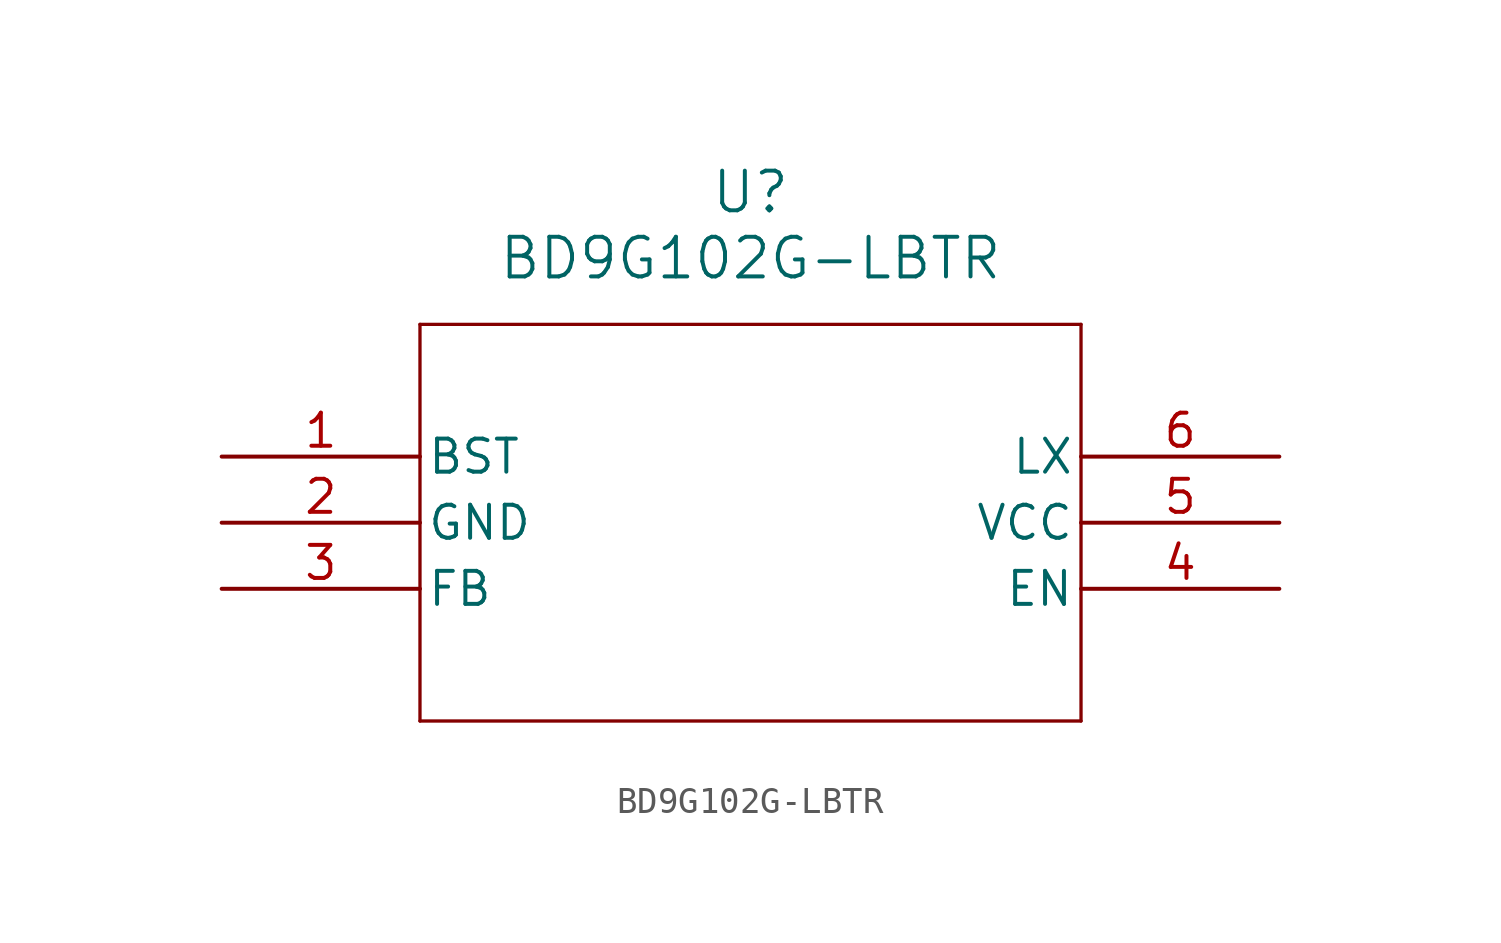
<source format=kicad_sym>
(kicad_symbol_lib
  (version 20211014)
  (generator kicad_symbol_editor)
  (symbol "BD9G102G-LBTR"
    (pin_names
      (offset 0.254))
    (property "Reference" "U"
      (at 20.32 10.16 0)
      (effects (font (size 1.524 1.524))))
    (property "Value" "BD9G102G-LBTR"
      (at 20.32 7.62 0)
      (effects (font (size 1.524 1.524))))
    (symbol "BD9G102G-LBTR_0_1"
      (polyline (pts (xy 7.62 5.08) (xy 7.62 -10.16)) (stroke (width .127) (type default) (color 0 0 0 0)) (fill (type none)))
      (polyline (pts (xy 7.62 -10.16) (xy 33.02 -10.16)) (stroke (width .127) (type default) (color 0 0 0 0)) (fill (type none)))
      (polyline (pts (xy 33.02 -10.16) (xy 33.02 5.08)) (stroke (width .127) (type default) (color 0 0 0 0)) (fill (type none)))
      (polyline (pts (xy 33.02 5.08) (xy 7.62 5.08)) (stroke (width .127) (type default) (color 0 0 0 0)) (fill (type none)))
      (pin unspecified line (at 0 0 0) (length 7.62) (name "BST" (effects (font (size 1.27 1.27)))) (number "1" (effects (font (size 1.27 1.27)))))
      (pin power_out line (at 0 -2.54 0) (length 7.62) (name "GND" (effects (font (size 1.27 1.27)))) (number "2" (effects (font (size 1.27 1.27)))))
      (pin unspecified line (at 0 -5.08 0) (length 7.62) (name "FB" (effects (font (size 1.27 1.27)))) (number "3" (effects (font (size 1.27 1.27)))))
      (pin unspecified line (at 40.64 -5.08 180) (length 7.62) (name "EN" (effects (font (size 1.27 1.27)))) (number "4" (effects (font (size 1.27 1.27)))))
      (pin power_in line (at 40.64 -2.54 180) (length 7.62) (name "VCC" (effects (font (size 1.27 1.27)))) (number "5" (effects (font (size 1.27 1.27)))))
      (pin unspecified line (at 40.64 0 180) (length 7.62) (name "LX" (effects (font (size 1.27 1.27)))) (number "6" (effects (font (size 1.27 1.27))))))))
</source>
